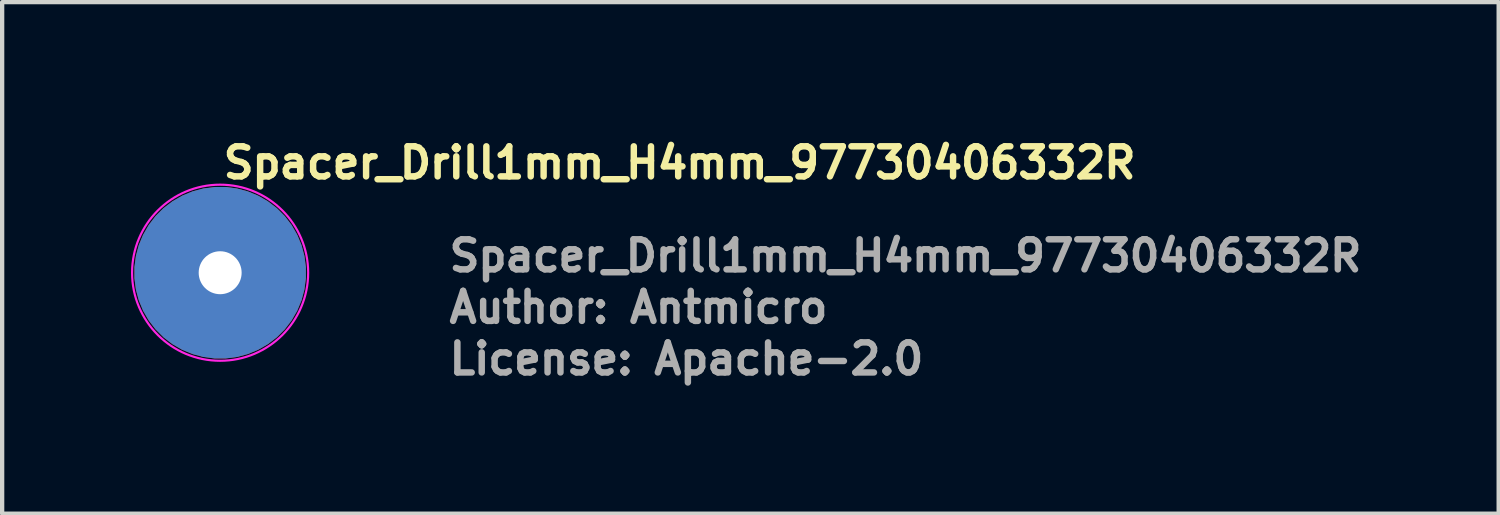
<source format=kicad_pcb>
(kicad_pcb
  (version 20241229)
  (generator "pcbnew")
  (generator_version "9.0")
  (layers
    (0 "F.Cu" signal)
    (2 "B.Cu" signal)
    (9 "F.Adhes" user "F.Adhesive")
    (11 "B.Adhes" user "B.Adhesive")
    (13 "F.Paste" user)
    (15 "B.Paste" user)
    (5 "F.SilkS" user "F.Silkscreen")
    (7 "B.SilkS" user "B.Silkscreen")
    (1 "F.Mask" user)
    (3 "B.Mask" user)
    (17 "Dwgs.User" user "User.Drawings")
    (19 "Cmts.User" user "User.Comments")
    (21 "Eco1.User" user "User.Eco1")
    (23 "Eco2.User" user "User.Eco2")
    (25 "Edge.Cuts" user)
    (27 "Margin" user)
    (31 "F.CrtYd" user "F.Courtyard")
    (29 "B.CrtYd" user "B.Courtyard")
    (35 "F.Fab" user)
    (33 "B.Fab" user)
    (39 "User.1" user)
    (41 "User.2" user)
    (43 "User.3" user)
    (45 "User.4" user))
  (footprint "Spacer_Drill1mm_H4mm_97730406332R"
    (layer "F.Cu")
    (at 2.075 3.3)
    (property "Reference" "Spacer_Drill1mm_H4mm_97730406332R" (at 0 -2.15 0) (unlocked yes) (layer "F.SilkS") (effects (font (size 0.7 0.7) (thickness 0.15)) (justify left bottom)))
    (attr smd)
    (fp_circle (center 0 0) (end 2.05 0) (stroke (width 0.05) (type solid)) (fill no) (layer "F.CrtYd"))
    (fp_rect (start -1.65 -1.65) (end 1.649 1.649) (stroke (width 0.1) (type solid)) (fill no) (layer "User.5"))
    (fp_line (start -1.65 0) (end -1.65 0) (stroke (width 0.02) (type solid)) (layer "User.9"))
    (fp_line (start -1.65 0) (end -1.647 0.084) (stroke (width 0.02) (type solid)) (layer "User.9"))
    (fp_line (start -1.647 -0.085) (end -1.65 0) (stroke (width 0.02) (type solid)) (layer "User.9"))
    (fp_line (start -1.647 0.084) (end -1.642 0.168) (stroke (width 0.02) (type solid)) (layer "User.9"))
    (fp_line (start -1.642 -0.169) (end -1.647 -0.085) (stroke (width 0.02) (type solid)) (layer "User.9"))
    (fp_line (start -1.642 0.168) (end -1.629 0.25) (stroke (width 0.02) (type solid)) (layer "User.9"))
    (fp_line (start -1.629 -0.25) (end -1.642 -0.169) (stroke (width 0.02) (type solid)) (layer "User.9"))
    (fp_line (start -1.629 0.25) (end -1.615 0.333) (stroke (width 0.02) (type solid)) (layer "User.9"))
    (fp_line (start -1.615 -0.333) (end -1.629 -0.25) (stroke (width 0.02) (type solid)) (layer "User.9"))
    (fp_line (start -1.615 0.333) (end -1.597 0.412) (stroke (width 0.02) (type solid)) (layer "User.9"))
    (fp_line (start -1.597 -0.413) (end -1.615 -0.333) (stroke (width 0.02) (type solid)) (layer "User.9"))
    (fp_line (start -1.597 0.412) (end -1.575 0.49) (stroke (width 0.02) (type solid)) (layer "User.9"))
    (fp_line (start -1.575 -0.49) (end -1.597 -0.413) (stroke (width 0.02) (type solid)) (layer "User.9"))
    (fp_line (start -1.575 0.49) (end -1.549 0.567) (stroke (width 0.02) (type solid)) (layer "User.9"))
    (fp_line (start -1.549 -0.567) (end -1.575 -0.49) (stroke (width 0.02) (type solid)) (layer "User.9"))
    (fp_line (start -1.549 0.567) (end -1.52 0.642) (stroke (width 0.02) (type solid)) (layer "User.9"))
    (fp_line (start -1.52 -0.643) (end -1.549 -0.567) (stroke (width 0.02) (type solid)) (layer "User.9"))
    (fp_line (start -1.52 0.642) (end -1.487 0.714) (stroke (width 0.02) (type solid)) (layer "User.9"))
    (fp_line (start -1.487 -0.714) (end -1.52 -0.643) (stroke (width 0.02) (type solid)) (layer "User.9"))
    (fp_line (start -1.487 0.714) (end -1.45 0.786) (stroke (width 0.02) (type solid)) (layer "User.9"))
    (fp_line (start -1.45 -0.787) (end -1.487 -0.714) (stroke (width 0.02) (type solid)) (layer "User.9"))
    (fp_line (start -1.45 0.786) (end -1.41 0.854) (stroke (width 0.02) (type solid)) (layer "User.9"))
    (fp_line (start -1.41 -0.855) (end -1.45 -0.787) (stroke (width 0.02) (type solid)) (layer "User.9"))
    (fp_line (start -1.41 0.854) (end -1.368 0.923) (stroke (width 0.02) (type solid)) (layer "User.9"))
    (fp_line (start -1.368 -0.923) (end -1.41 -0.855) (stroke (width 0.02) (type solid)) (layer "User.9"))
    (fp_line (start -1.368 0.923) (end -1.322 0.987) (stroke (width 0.02) (type solid)) (layer "User.9"))
    (fp_line (start -1.322 -0.987) (end -1.368 -0.923) (stroke (width 0.02) (type solid)) (layer "User.9"))
    (fp_line (start -1.322 0.987) (end -1.272 1.048) (stroke (width 0.02) (type solid)) (layer "User.9"))
    (fp_line (start -1.272 -1.05) (end -1.322 -0.987) (stroke (width 0.02) (type solid)) (layer "User.9"))
    (fp_line (start -1.272 1.048) (end -1.221 1.109) (stroke (width 0.02) (type solid)) (layer "User.9"))
    (fp_line (start -1.221 -1.109) (end -1.272 -1.05) (stroke (width 0.02) (type solid)) (layer "User.9"))
    (fp_line (start -1.221 1.109) (end -1.166 1.165) (stroke (width 0.02) (type solid)) (layer "User.9"))
    (fp_line (start -1.166 -1.166) (end -1.221 -1.109) (stroke (width 0.02) (type solid)) (layer "User.9"))
    (fp_line (start -1.166 1.165) (end -1.11 1.221) (stroke (width 0.02) (type solid)) (layer "User.9"))
    (fp_line (start -1.11 -1.221) (end -1.166 -1.166) (stroke (width 0.02) (type solid)) (layer "User.9"))
    (fp_line (start -1.11 1.221) (end -1.049 1.274) (stroke (width 0.02) (type solid)) (layer "User.9"))
    (fp_line (start -1.049 -1.272) (end -1.11 -1.221) (stroke (width 0.02) (type solid)) (layer "User.9"))
    (fp_line (start -1.049 1.274) (end -0.987 1.322) (stroke (width 0.02) (type solid)) (layer "User.9"))
    (fp_line (start -0.987 -1.322) (end -1.049 -1.272) (stroke (width 0.02) (type solid)) (layer "User.9"))
    (fp_line (start -0.987 1.322) (end -0.923 1.368) (stroke (width 0.02) (type solid)) (layer "User.9"))
    (fp_line (start -0.923 -1.368) (end -0.987 -1.322) (stroke (width 0.02) (type solid)) (layer "User.9"))
    (fp_line (start -0.923 1.368) (end -0.854 1.412) (stroke (width 0.02) (type solid)) (layer "User.9"))
    (fp_line (start -0.854 -1.41) (end -0.923 -1.368) (stroke (width 0.02) (type solid)) (layer "User.9"))
    (fp_line (start -0.854 1.412) (end -0.786 1.45) (stroke (width 0.02) (type solid)) (layer "User.9"))
    (fp_line (start -0.81 0) (end -0.81 0) (stroke (width 0.02) (type solid)) (layer "User.9"))
    (fp_line (start -0.81 0) (end -0.809 0.041) (stroke (width 0.02) (type solid)) (layer "User.9"))
    (fp_line (start -0.809 -0.041) (end -0.81 0) (stroke (width 0.02) (type solid)) (layer "User.9"))
    (fp_line (start -0.809 0.041) (end -0.807 0.083) (stroke (width 0.02) (type solid)) (layer "User.9"))
    (fp_line (start -0.807 -0.083) (end -0.809 -0.041) (stroke (width 0.02) (type solid)) (layer "User.9"))
    (fp_line (start -0.807 0.083) (end -0.801 0.123) (stroke (width 0.02) (type solid)) (layer "User.9"))
    (fp_line (start -0.801 -0.122) (end -0.807 -0.083) (stroke (width 0.02) (type solid)) (layer "User.9"))
    (fp_line (start -0.801 0.123) (end -0.794 0.163) (stroke (width 0.02) (type solid)) (layer "User.9"))
    (fp_line (start -0.794 -0.163) (end -0.801 -0.122) (stroke (width 0.02) (type solid)) (layer "User.9"))
    (fp_line (start -0.794 0.163) (end -0.785 0.202) (stroke (width 0.02) (type solid)) (layer "User.9"))
    (fp_line (start -0.786 -1.451) (end -0.854 -1.41) (stroke (width 0.02) (type solid)) (layer "User.9"))
    (fp_line (start -0.786 1.45) (end -0.714 1.487) (stroke (width 0.02) (type solid)) (layer "User.9"))
    (fp_line (start -0.785 -0.202) (end -0.794 -0.163) (stroke (width 0.02) (type solid)) (layer "User.9"))
    (fp_line (start -0.785 0.202) (end -0.775 0.24) (stroke (width 0.02) (type solid)) (layer "User.9"))
    (fp_line (start -0.775 -0.24) (end -0.785 -0.202) (stroke (width 0.02) (type solid)) (layer "User.9"))
    (fp_line (start -0.775 0.24) (end -0.761 0.278) (stroke (width 0.02) (type solid)) (layer "User.9"))
    (fp_line (start -0.761 -0.278) (end -0.775 -0.24) (stroke (width 0.02) (type solid)) (layer "User.9"))
    (fp_line (start -0.761 0.278) (end -0.745 0.314) (stroke (width 0.02) (type solid)) (layer "User.9"))
    (fp_line (start -0.745 -0.314) (end -0.761 -0.278) (stroke (width 0.02) (type solid)) (layer "User.9"))
    (fp_line (start -0.745 0.314) (end -0.729 0.351) (stroke (width 0.02) (type solid)) (layer "User.9"))
    (fp_line (start -0.729 -0.351) (end -0.745 -0.314) (stroke (width 0.02) (type solid)) (layer "User.9"))
    (fp_line (start -0.729 0.351) (end -0.711 0.386) (stroke (width 0.02) (type solid)) (layer "User.9"))
    (fp_line (start -0.714 -1.487) (end -0.786 -1.451) (stroke (width 0.02) (type solid)) (layer "User.9"))
    (fp_line (start -0.714 1.487) (end -0.642 1.519) (stroke (width 0.02) (type solid)) (layer "User.9"))
    (fp_line (start -0.711 -0.387) (end -0.729 -0.351) (stroke (width 0.02) (type solid)) (layer "User.9"))
    (fp_line (start -0.711 0.386) (end -0.693 0.419) (stroke (width 0.02) (type solid)) (layer "User.9"))
    (fp_line (start -0.693 -0.419) (end -0.711 -0.387) (stroke (width 0.02) (type solid)) (layer "User.9"))
    (fp_line (start -0.693 0.419) (end -0.673 0.453) (stroke (width 0.02) (type solid)) (layer "User.9"))
    (fp_line (start -0.673 -0.454) (end -0.693 -0.419) (stroke (width 0.02) (type solid)) (layer "User.9"))
    (fp_line (start -0.673 0.453) (end -0.65 0.484) (stroke (width 0.02) (type solid)) (layer "User.9"))
    (fp_line (start -0.65 -0.484) (end -0.673 -0.454) (stroke (width 0.02) (type solid)) (layer "User.9"))
    (fp_line (start -0.65 0.484) (end -0.625 0.516) (stroke (width 0.02) (type solid)) (layer "User.9"))
    (fp_line (start -0.642 -1.521) (end -0.714 -1.487) (stroke (width 0.02) (type solid)) (layer "User.9"))
    (fp_line (start -0.642 1.519) (end -0.567 1.548) (stroke (width 0.02) (type solid)) (layer "User.9"))
    (fp_line (start -0.625 -0.516) (end -0.65 -0.484) (stroke (width 0.02) (type solid)) (layer "User.9"))
    (fp_line (start -0.625 0.516) (end -0.599 0.544) (stroke (width 0.02) (type solid)) (layer "User.9"))
    (fp_line (start -0.61 0.013) (end -0.607 0.057) (stroke (width 0.02) (type solid)) (layer "User.9"))
    (fp_line (start -0.609 -0.031) (end -0.61 0.013) (stroke (width 0.02) (type solid)) (layer "User.9"))
    (fp_line (start -0.607 0.057) (end -0.601 0.102) (stroke (width 0.02) (type solid)) (layer "User.9"))
    (fp_line (start -0.604 -0.075) (end -0.609 -0.031) (stroke (width 0.02) (type solid)) (layer "User.9"))
    (fp_line (start -0.601 0.102) (end -0.591 0.145) (stroke (width 0.02) (type solid)) (layer "User.9"))
    (fp_line (start -0.599 -0.544) (end -0.625 -0.516) (stroke (width 0.02) (type solid)) (layer "User.9"))
    (fp_line (start -0.599 0.544) (end -0.573 0.573) (stroke (width 0.02) (type solid)) (layer "User.9"))
    (fp_line (start -0.597 -0.118) (end -0.604 -0.075) (stroke (width 0.02) (type solid)) (layer "User.9"))
    (fp_line (start -0.591 0.145) (end -0.58 0.189) (stroke (width 0.02) (type solid)) (layer "User.9"))
    (fp_line (start -0.588 -0.163) (end -0.597 -0.118) (stroke (width 0.02) (type solid)) (layer "User.9"))
    (fp_line (start -0.58 0.189) (end -0.564 0.233) (stroke (width 0.02) (type solid)) (layer "User.9"))
    (fp_line (start -0.575 -0.205) (end -0.588 -0.163) (stroke (width 0.02) (type solid)) (layer "User.9"))
    (fp_line (start -0.573 -0.573) (end -0.599 -0.544) (stroke (width 0.02) (type solid)) (layer "User.9"))
    (fp_line (start -0.573 0.573) (end -0.544 0.599) (stroke (width 0.02) (type solid)) (layer "User.9"))
    (fp_line (start -0.567 -1.55) (end -0.642 -1.521) (stroke (width 0.02) (type solid)) (layer "User.9"))
    (fp_line (start -0.567 1.548) (end -0.49 1.575) (stroke (width 0.02) (type solid)) (layer "User.9"))
    (fp_line (start -0.564 0.233) (end -0.564 0.233) (stroke (width 0.02) (type solid)) (layer "User.9"))
    (fp_line (start -0.564 0.233) (end -0.554 0.253) (stroke (width 0.02) (type solid)) (layer "User.9"))
    (fp_line (start -0.559 -0.245) (end -0.575 -0.205) (stroke (width 0.02) (type solid)) (layer "User.9"))
    (fp_line (start -0.554 0.253) (end -0.544 0.275) (stroke (width 0.02) (type solid)) (layer "User.9"))
    (fp_line (start -0.544 -0.599) (end -0.573 -0.573) (stroke (width 0.02) (type solid)) (layer "User.9"))
    (fp_line (start -0.544 0.275) (end -0.535 0.294) (stroke (width 0.02) (type solid)) (layer "User.9"))
    (fp_line (start -0.544 0.599) (end -0.516 0.625) (stroke (width 0.02) (type solid)) (layer "User.9"))
    (fp_line (start -0.54 -0.287) (end -0.559 -0.245) (stroke (width 0.02) (type solid)) (layer "User.9"))
    (fp_line (start -0.535 0.294) (end -0.522 0.314) (stroke (width 0.02) (type solid)) (layer "User.9"))
    (fp_line (start -0.522 0.314) (end -0.509 0.334) (stroke (width 0.02) (type solid)) (layer "User.9"))
    (fp_line (start -0.517 -0.326) (end -0.54 -0.287) (stroke (width 0.02) (type solid)) (layer "User.9"))
    (fp_line (start -0.516 -0.625) (end -0.544 -0.599) (stroke (width 0.02) (type solid)) (layer "User.9"))
    (fp_line (start -0.516 0.625) (end -0.484 0.649) (stroke (width 0.02) (type solid)) (layer "User.9"))
    (fp_line (start -0.509 0.334) (end -0.498 0.352) (stroke (width 0.02) (type solid)) (layer "User.9"))
    (fp_line (start -0.498 0.352) (end -0.484 0.37) (stroke (width 0.02) (type solid)) (layer "User.9"))
    (fp_line (start -0.49 -1.576) (end -0.567 -1.55) (stroke (width 0.02) (type solid)) (layer "User.9"))
    (fp_line (start -0.49 -0.362) (end -0.517 -0.326) (stroke (width 0.02) (type solid)) (layer "User.9"))
    (fp_line (start -0.49 1.575) (end -0.413 1.599) (stroke (width 0.02) (type solid)) (layer "User.9"))
    (fp_line (start -0.484 -0.65) (end -0.516 -0.625) (stroke (width 0.02) (type solid)) (layer "User.9"))
    (fp_line (start -0.484 0.37) (end -0.471 0.388) (stroke (width 0.02) (type solid)) (layer "User.9"))
    (fp_line (start -0.484 0.649) (end -0.453 0.673) (stroke (width 0.02) (type solid)) (layer "User.9"))
    (fp_line (start -0.471 0.388) (end -0.456 0.405) (stroke (width 0.02) (type solid)) (layer "User.9"))
    (fp_line (start -0.463 -0.397) (end -0.49 -0.362) (stroke (width 0.02) (type solid)) (layer "User.9"))
    (fp_line (start -0.456 0.405) (end -0.44 0.421) (stroke (width 0.02) (type solid)) (layer "User.9"))
    (fp_line (start -0.453 -0.673) (end -0.484 -0.65) (stroke (width 0.02) (type solid)) (layer "User.9"))
    (fp_line (start -0.453 0.673) (end -0.419 0.693) (stroke (width 0.02) (type solid)) (layer "User.9"))
    (fp_line (start -0.44 0.421) (end -0.424 0.436) (stroke (width 0.02) (type solid)) (layer "User.9"))
    (fp_line (start -0.431 -0.431) (end -0.463 -0.397) (stroke (width 0.02) (type solid)) (layer "User.9"))
    (fp_line (start -0.431 -0.431) (end -0.431 -0.431) (stroke (width 0.02) (type solid)) (layer "User.9"))
    (fp_line (start -0.424 0.436) (end -0.41 0.453) (stroke (width 0.02) (type solid)) (layer "User.9"))
    (fp_line (start -0.419 -0.694) (end -0.453 -0.673) (stroke (width 0.02) (type solid)) (layer "User.9"))
    (fp_line (start -0.419 0.693) (end -0.386 0.711) (stroke (width 0.02) (type solid)) (layer "User.9"))
    (fp_line (start -0.413 -1.598) (end -0.49 -1.576) (stroke (width 0.02) (type solid)) (layer "User.9"))
    (fp_line (start -0.413 1.599) (end -0.333 1.617) (stroke (width 0.02) (type solid)) (layer "User.9"))
    (fp_line (start -0.41 0.453) (end -0.392 0.467) (stroke (width 0.02) (type solid)) (layer "User.9"))
    (fp_line (start -0.397 -0.463) (end -0.431 -0.431) (stroke (width 0.02) (type solid)) (layer "User.9"))
    (fp_line (start -0.392 0.467) (end -0.375 0.48) (stroke (width 0.02) (type solid)) (layer "User.9"))
    (fp_line (start -0.386 -0.711) (end -0.419 -0.694) (stroke (width 0.02) (type solid)) (layer "User.9"))
    (fp_line (start -0.386 0.711) (end -0.35 0.729) (stroke (width 0.02) (type solid)) (layer "User.9"))
    (fp_line (start -0.375 0.48) (end -0.357 0.493) (stroke (width 0.02) (type solid)) (layer "User.9"))
    (fp_line (start -0.362 -0.49) (end -0.397 -0.463) (stroke (width 0.02) (type solid)) (layer "User.9"))
    (fp_line (start -0.357 0.493) (end -0.339 0.506) (stroke (width 0.02) (type solid)) (layer "User.9"))
    (fp_line (start -0.35 -0.73) (end -0.386 -0.711) (stroke (width 0.02) (type solid)) (layer "User.9"))
    (fp_line (start -0.35 0.729) (end -0.314 0.745) (stroke (width 0.02) (type solid)) (layer "User.9"))
    (fp_line (start -0.339 0.506) (end -0.32 0.519) (stroke (width 0.02) (type solid)) (layer "User.9"))
    (fp_line (start -0.333 -1.615) (end -0.413 -1.598) (stroke (width 0.02) (type solid)) (layer "User.9"))
    (fp_line (start -0.333 1.617) (end -0.251 1.631) (stroke (width 0.02) (type solid)) (layer "User.9"))
    (fp_line (start -0.325 -0.516) (end -0.362 -0.49) (stroke (width 0.02) (type solid)) (layer "User.9"))
    (fp_line (start -0.32 0.519) (end -0.301 0.53) (stroke (width 0.02) (type solid)) (layer "User.9"))
    (fp_line (start -0.314 -0.746) (end -0.35 -0.73) (stroke (width 0.02) (type solid)) (layer "User.9"))
    (fp_line (start -0.314 0.745) (end -0.278 0.761) (stroke (width 0.02) (type solid)) (layer "User.9"))
    (fp_line (start -0.301 0.53) (end -0.282 0.541) (stroke (width 0.02) (type solid)) (layer "User.9"))
    (fp_line (start -0.286 -0.54) (end -0.325 -0.516) (stroke (width 0.02) (type solid)) (layer "User.9"))
    (fp_line (start -0.282 0.541) (end -0.262 0.551) (stroke (width 0.02) (type solid)) (layer "User.9"))
    (fp_line (start -0.278 -0.761) (end -0.314 -0.746) (stroke (width 0.02) (type solid)) (layer "User.9"))
    (fp_line (start -0.278 0.761) (end -0.24 0.774) (stroke (width 0.02) (type solid)) (layer "User.9"))
    (fp_line (start -0.262 0.551) (end -0.24 0.56) (stroke (width 0.02) (type solid)) (layer "User.9"))
    (fp_line (start -0.251 -1.63) (end -0.333 -1.615) (stroke (width 0.02) (type solid)) (layer "User.9"))
    (fp_line (start -0.251 1.631) (end -0.168 1.641) (stroke (width 0.02) (type solid)) (layer "User.9"))
    (fp_line (start -0.245 -0.559) (end -0.286 -0.54) (stroke (width 0.02) (type solid)) (layer "User.9"))
    (fp_line (start -0.24 -0.775) (end -0.278 -0.761) (stroke (width 0.02) (type solid)) (layer "User.9"))
    (fp_line (start -0.24 0.56) (end -0.221 0.569) (stroke (width 0.02) (type solid)) (layer "User.9"))
    (fp_line (start -0.24 0.774) (end -0.203 0.785) (stroke (width 0.02) (type solid)) (layer "User.9"))
    (fp_line (start -0.221 0.569) (end -0.2 0.577) (stroke (width 0.02) (type solid)) (layer "User.9"))
    (fp_line (start -0.205 -0.576) (end -0.245 -0.559) (stroke (width 0.02) (type solid)) (layer "User.9"))
    (fp_line (start -0.203 -0.785) (end -0.24 -0.775) (stroke (width 0.02) (type solid)) (layer "User.9"))
    (fp_line (start -0.203 0.785) (end -0.163 0.794) (stroke (width 0.02) (type solid)) (layer "User.9"))
    (fp_line (start -0.2 0.577) (end -0.179 0.583) (stroke (width 0.02) (type solid)) (layer "User.9"))
    (fp_line (start -0.179 0.583) (end -0.157 0.588) (stroke (width 0.02) (type solid)) (layer "User.9"))
    (fp_line (start -0.168 -1.641) (end -0.251 -1.63) (stroke (width 0.02) (type solid)) (layer "User.9"))
    (fp_line (start -0.168 1.641) (end -0.084 1.646) (stroke (width 0.02) (type solid)) (layer "User.9"))
    (fp_line (start -0.163 -0.794) (end -0.203 -0.785) (stroke (width 0.02) (type solid)) (layer "User.9"))
    (fp_line (start -0.163 -0.588) (end -0.205 -0.576) (stroke (width 0.02) (type solid)) (layer "User.9"))
    (fp_line (start -0.163 0.794) (end -0.123 0.801) (stroke (width 0.02) (type solid)) (layer "User.9"))
    (fp_line (start -0.157 0.588) (end -0.136 0.594) (stroke (width 0.02) (type solid)) (layer "User.9"))
    (fp_line (start -0.136 0.594) (end -0.113 0.599) (stroke (width 0.02) (type solid)) (layer "User.9"))
    (fp_line (start -0.123 -0.801) (end -0.163 -0.794) (stroke (width 0.02) (type solid)) (layer "User.9"))
    (fp_line (start -0.123 0.801) (end -0.083 0.806) (stroke (width 0.02) (type solid)) (layer "User.9"))
    (fp_line (start -0.118 -0.598) (end -0.163 -0.588) (stroke (width 0.02) (type solid)) (layer "User.9"))
    (fp_line (start -0.113 0.599) (end -0.091 0.602) (stroke (width 0.02) (type solid)) (layer "User.9"))
    (fp_line (start -0.091 0.602) (end -0.068 0.605) (stroke (width 0.02) (type solid)) (layer "User.9"))
    (fp_line (start -0.084 -1.647) (end -0.168 -1.641) (stroke (width 0.02) (type solid)) (layer "User.9"))
    (fp_line (start -0.084 1.646) (end 0.001 1.649) (stroke (width 0.02) (type solid)) (layer "User.9"))
    (fp_line (start -0.083 -0.807) (end -0.123 -0.801) (stroke (width 0.02) (type solid)) (layer "User.9"))
    (fp_line (start -0.083 0.806) (end -0.041 0.809) (stroke (width 0.02) (type solid)) (layer "User.9"))
    (fp_line (start -0.075 -0.605) (end -0.118 -0.598) (stroke (width 0.02) (type solid)) (layer "User.9"))
    (fp_line (start -0.068 0.605) (end -0.044 0.607) (stroke (width 0.02) (type solid)) (layer "User.9"))
    (fp_line (start -0.044 0.607) (end -0.022 0.609) (stroke (width 0.02) (type solid)) (layer "User.9"))
    (fp_line (start -0.041 -0.81) (end -0.083 -0.807) (stroke (width 0.02) (type solid)) (layer "User.9"))
    (fp_line (start -0.041 0.809) (end 0.001 0.81) (stroke (width 0.02) (type solid)) (layer "User.9"))
    (fp_line (start -0.03 -0.609) (end -0.075 -0.605) (stroke (width 0.02) (type solid)) (layer "User.9"))
    (fp_line (start -0.022 0.609) (end 0.001 0.609) (stroke (width 0.02) (type solid)) (layer "User.9"))
    (fp_line (start 0.001 -1.65) (end -0.084 -1.647) (stroke (width 0.02) (type solid)) (layer "User.9"))
    (fp_line (start 0.001 -1.65) (end 0.001 -1.65) (stroke (width 0.02) (type solid)) (layer "User.9"))
    (fp_line (start 0.001 -0.81) (end -0.041 -0.81) (stroke (width 0.02) (type solid)) (layer "User.9"))
    (fp_line (start 0.001 -0.81) (end 0.001 -0.81) (stroke (width 0.02) (type solid)) (layer "User.9"))
    (fp_line (start 0.001 0.609) (end 0.03 0.609) (stroke (width 0.02) (type solid)) (layer "User.9"))
    (fp_line (start 0.001 0.81) (end 0.001 0.81) (stroke (width 0.02) (type solid)) (layer "User.9"))
    (fp_line (start 0.001 0.81) (end 0.041 0.809) (stroke (width 0.02) (type solid)) (layer "User.9"))
    (fp_line (start 0.001 1.649) (end 0.001 1.649) (stroke (width 0.02) (type solid)) (layer "User.9"))
    (fp_line (start 0.001 1.649) (end 0.084 1.646) (stroke (width 0.02) (type solid)) (layer "User.9"))
    (fp_line (start 0.014 -0.609) (end -0.03 -0.609) (stroke (width 0.02) (type solid)) (layer "User.9"))
    (fp_line (start 0.03 0.609) (end 0.06 0.607) (stroke (width 0.02) (type solid)) (layer "User.9"))
    (fp_line (start 0.041 -0.81) (end 0.001 -0.81) (stroke (width 0.02) (type solid)) (layer "User.9"))
    (fp_line (start 0.041 0.809) (end 0.083 0.806) (stroke (width 0.02) (type solid)) (layer "User.9"))
    (fp_line (start 0.057 -0.607) (end 0.014 -0.609) (stroke (width 0.02) (type solid)) (layer "User.9"))
    (fp_line (start 0.06 0.607) (end 0.089 0.602) (stroke (width 0.02) (type solid)) (layer "User.9"))
    (fp_line (start 0.083 -0.807) (end 0.041 -0.81) (stroke (width 0.02) (type solid)) (layer "User.9"))
    (fp_line (start 0.083 0.806) (end 0.123 0.801) (stroke (width 0.02) (type solid)) (layer "User.9"))
    (fp_line (start 0.084 -1.647) (end 0.001 -1.65) (stroke (width 0.02) (type solid)) (layer "User.9"))
    (fp_line (start 0.084 1.646) (end 0.169 1.641) (stroke (width 0.02) (type solid)) (layer "User.9"))
    (fp_line (start 0.089 0.602) (end 0.12 0.597) (stroke (width 0.02) (type solid)) (layer "User.9"))
    (fp_line (start 0.102 -0.601) (end 0.057 -0.607) (stroke (width 0.02) (type solid)) (layer "User.9"))
    (fp_line (start 0.12 0.597) (end 0.147 0.591) (stroke (width 0.02) (type solid)) (layer "User.9"))
    (fp_line (start 0.123 -0.801) (end 0.083 -0.807) (stroke (width 0.02) (type solid)) (layer "User.9"))
    (fp_line (start 0.123 0.801) (end 0.163 0.794) (stroke (width 0.02) (type solid)) (layer "User.9"))
    (fp_line (start 0.145 -0.592) (end 0.102 -0.601) (stroke (width 0.02) (type solid)) (layer "User.9"))
    (fp_line (start 0.147 0.591) (end 0.177 0.583) (stroke (width 0.02) (type solid)) (layer "User.9"))
    (fp_line (start 0.163 -0.794) (end 0.123 -0.801) (stroke (width 0.02) (type solid)) (layer "User.9"))
    (fp_line (start 0.163 0.794) (end 0.203 0.785) (stroke (width 0.02) (type solid)) (layer "User.9"))
    (fp_line (start 0.169 -1.641) (end 0.084 -1.647) (stroke (width 0.02) (type solid)) (layer "User.9"))
    (fp_line (start 0.169 1.641) (end 0.251 1.631) (stroke (width 0.02) (type solid)) (layer "User.9"))
    (fp_line (start 0.177 0.583) (end 0.206 0.575) (stroke (width 0.02) (type solid)) (layer "User.9"))
    (fp_line (start 0.19 -0.58) (end 0.145 -0.592) (stroke (width 0.02) (type solid)) (layer "User.9"))
    (fp_line (start 0.203 -0.785) (end 0.163 -0.794) (stroke (width 0.02) (type solid)) (layer "User.9"))
    (fp_line (start 0.203 0.785) (end 0.24 0.774) (stroke (width 0.02) (type solid)) (layer "User.9"))
    (fp_line (start 0.206 0.575) (end 0.233 0.564) (stroke (width 0.02) (type solid)) (layer "User.9"))
    (fp_line (start 0.233 -0.564) (end 0.19 -0.58) (stroke (width 0.02) (type solid)) (layer "User.9"))
    (fp_line (start 0.233 -0.564) (end 0.233 -0.564) (stroke (width 0.02) (type solid)) (layer "User.9"))
    (fp_line (start 0.233 0.564) (end 0.261 0.551) (stroke (width 0.02) (type solid)) (layer "User.9"))
    (fp_line (start 0.24 -0.775) (end 0.203 -0.785) (stroke (width 0.02) (type solid)) (layer "User.9"))
    (fp_line (start 0.24 0.774) (end 0.278 0.761) (stroke (width 0.02) (type solid)) (layer "User.9"))
    (fp_line (start 0.251 -1.63) (end 0.169 -1.641) (stroke (width 0.02) (type solid)) (layer "User.9"))
    (fp_line (start 0.251 1.631) (end 0.333 1.617) (stroke (width 0.02) (type solid)) (layer "User.9"))
    (fp_line (start 0.261 0.551) (end 0.288 0.538) (stroke (width 0.02) (type solid)) (layer "User.9"))
    (fp_line (start 0.275 -0.544) (end 0.233 -0.564) (stroke (width 0.02) (type solid)) (layer "User.9"))
    (fp_line (start 0.278 -0.761) (end 0.24 -0.775) (stroke (width 0.02) (type solid)) (layer "User.9"))
    (fp_line (start 0.278 0.761) (end 0.315 0.745) (stroke (width 0.02) (type solid)) (layer "User.9"))
    (fp_line (start 0.288 0.538) (end 0.312 0.524) (stroke (width 0.02) (type solid)) (layer "User.9"))
    (fp_line (start 0.312 0.524) (end 0.339 0.506) (stroke (width 0.02) (type solid)) (layer "User.9"))
    (fp_line (start 0.315 -0.746) (end 0.278 -0.761) (stroke (width 0.02) (type solid)) (layer "User.9"))
    (fp_line (start 0.315 -0.522) (end 0.275 -0.544) (stroke (width 0.02) (type solid)) (layer "User.9"))
    (fp_line (start 0.315 0.745) (end 0.352 0.729) (stroke (width 0.02) (type solid)) (layer "User.9"))
    (fp_line (start 0.333 -1.615) (end 0.251 -1.63) (stroke (width 0.02) (type solid)) (layer "User.9"))
    (fp_line (start 0.333 1.617) (end 0.413 1.599) (stroke (width 0.02) (type solid)) (layer "User.9"))
    (fp_line (start 0.339 0.506) (end 0.363 0.49) (stroke (width 0.02) (type solid)) (layer "User.9"))
    (fp_line (start 0.352 -0.73) (end 0.315 -0.746) (stroke (width 0.02) (type solid)) (layer "User.9"))
    (fp_line (start 0.352 -0.497) (end 0.315 -0.522) (stroke (width 0.02) (type solid)) (layer "User.9"))
    (fp_line (start 0.352 0.729) (end 0.387 0.711) (stroke (width 0.02) (type solid)) (layer "User.9"))
    (fp_line (start 0.363 0.49) (end 0.387 0.472) (stroke (width 0.02) (type solid)) (layer "User.9"))
    (fp_line (start 0.387 -0.711) (end 0.352 -0.73) (stroke (width 0.02) (type solid)) (layer "User.9"))
    (fp_line (start 0.387 0.472) (end 0.41 0.452) (stroke (width 0.02) (type solid)) (layer "User.9"))
    (fp_line (start 0.387 0.711) (end 0.419 0.693) (stroke (width 0.02) (type solid)) (layer "User.9"))
    (fp_line (start 0.389 -0.471) (end 0.352 -0.497) (stroke (width 0.02) (type solid)) (layer "User.9"))
    (fp_line (start 0.41 0.452) (end 0.431 0.431) (stroke (width 0.02) (type solid)) (layer "User.9"))
    (fp_line (start 0.413 -1.598) (end 0.333 -1.615) (stroke (width 0.02) (type solid)) (layer "User.9"))
    (fp_line (start 0.413 1.599) (end 0.49 1.575) (stroke (width 0.02) (type solid)) (layer "User.9"))
    (fp_line (start 0.419 -0.694) (end 0.387 -0.711) (stroke (width 0.02) (type solid)) (layer "User.9"))
    (fp_line (start 0.419 0.693) (end 0.453 0.673) (stroke (width 0.02) (type solid)) (layer "User.9"))
    (fp_line (start 0.421 -0.441) (end 0.389 -0.471) (stroke (width 0.02) (type solid)) (layer "User.9"))
    (fp_line (start 0.431 0.431) (end 0.431 0.431) (stroke (width 0.02) (type solid)) (layer "User.9"))
    (fp_line (start 0.431 0.431) (end 0.453 0.41) (stroke (width 0.02) (type solid)) (layer "User.9"))
    (fp_line (start 0.453 -0.673) (end 0.419 -0.694) (stroke (width 0.02) (type solid)) (layer "User.9"))
    (fp_line (start 0.453 -0.41) (end 0.421 -0.441) (stroke (width 0.02) (type solid)) (layer "User.9"))
    (fp_line (start 0.453 0.41) (end 0.472 0.386) (stroke (width 0.02) (type solid)) (layer "User.9"))
    (fp_line (start 0.453 0.673) (end 0.484 0.649) (stroke (width 0.02) (type solid)) (layer "User.9"))
    (fp_line (start 0.472 0.386) (end 0.49 0.362) (stroke (width 0.02) (type solid)) (layer "User.9"))
    (fp_line (start 0.48 -0.375) (end 0.453 -0.41) (stroke (width 0.02) (type solid)) (layer "User.9"))
    (fp_line (start 0.484 -0.65) (end 0.453 -0.673) (stroke (width 0.02) (type solid)) (layer "User.9"))
    (fp_line (start 0.484 0.649) (end 0.516 0.625) (stroke (width 0.02) (type solid)) (layer "User.9"))
    (fp_line (start 0.49 -1.576) (end 0.413 -1.598) (stroke (width 0.02) (type solid)) (layer "User.9"))
    (fp_line (start 0.49 0.362) (end 0.506 0.338) (stroke (width 0.02) (type solid)) (layer "User.9"))
    (fp_line (start 0.49 1.575) (end 0.567 1.548) (stroke (width 0.02) (type solid)) (layer "User.9"))
    (fp_line (start 0.506 -0.339) (end 0.48 -0.375) (stroke (width 0.02) (type solid)) (layer "User.9"))
    (fp_line (start 0.506 0.338) (end 0.524 0.312) (stroke (width 0.02) (type solid)) (layer "User.9"))
    (fp_line (start 0.516 -0.625) (end 0.484 -0.65) (stroke (width 0.02) (type solid)) (layer "User.9"))
    (fp_line (start 0.516 0.625) (end 0.544 0.599) (stroke (width 0.02) (type solid)) (layer "User.9"))
    (fp_line (start 0.524 0.312) (end 0.538 0.287) (stroke (width 0.02) (type solid)) (layer "User.9"))
    (fp_line (start 0.53 -0.301) (end 0.506 -0.339) (stroke (width 0.02) (type solid)) (layer "User.9"))
    (fp_line (start 0.538 0.287) (end 0.552 0.261) (stroke (width 0.02) (type solid)) (layer "User.9"))
    (fp_line (start 0.544 -0.599) (end 0.516 -0.625) (stroke (width 0.02) (type solid)) (layer "User.9"))
    (fp_line (start 0.544 0.599) (end 0.573 0.573) (stroke (width 0.02) (type solid)) (layer "User.9"))
    (fp_line (start 0.552 -0.262) (end 0.53 -0.301) (stroke (width 0.02) (type solid)) (layer "User.9"))
    (fp_line (start 0.552 0.261) (end 0.565 0.233) (stroke (width 0.02) (type solid)) (layer "User.9"))
    (fp_line (start 0.565 0.233) (end 0.575 0.205) (stroke (width 0.02) (type solid)) (layer "User.9"))
    (fp_line (start 0.567 -1.55) (end 0.49 -1.576) (stroke (width 0.02) (type solid)) (layer "User.9"))
    (fp_line (start 0.567 1.548) (end 0.642 1.519) (stroke (width 0.02) (type solid)) (layer "User.9"))
    (fp_line (start 0.57 -0.221) (end 0.552 -0.262) (stroke (width 0.02) (type solid)) (layer "User.9"))
    (fp_line (start 0.573 -0.573) (end 0.544 -0.599) (stroke (width 0.02) (type solid)) (layer "User.9"))
    (fp_line (start 0.573 0.573) (end 0.599 0.544) (stroke (width 0.02) (type solid)) (layer "User.9"))
    (fp_line (start 0.575 0.205) (end 0.583 0.176) (stroke (width 0.02) (type solid)) (layer "User.9"))
    (fp_line (start 0.583 -0.179) (end 0.57 -0.221) (stroke (width 0.02) (type solid)) (layer "User.9"))
    (fp_line (start 0.583 0.176) (end 0.591 0.147) (stroke (width 0.02) (type solid)) (layer "User.9"))
    (fp_line (start 0.591 0.147) (end 0.597 0.12) (stroke (width 0.02) (type solid)) (layer "User.9"))
    (fp_line (start 0.594 -0.136) (end 0.583 -0.179) (stroke (width 0.02) (type solid)) (layer "User.9"))
    (fp_line (start 0.597 0.12) (end 0.602 0.089) (stroke (width 0.02) (type solid)) (layer "User.9"))
    (fp_line (start 0.599 -0.544) (end 0.573 -0.573) (stroke (width 0.02) (type solid)) (layer "User.9"))
    (fp_line (start 0.599 0.544) (end 0.625 0.516) (stroke (width 0.02) (type solid)) (layer "User.9"))
    (fp_line (start 0.602 -0.091) (end 0.594 -0.136) (stroke (width 0.02) (type solid)) (layer "User.9"))
    (fp_line (start 0.602 0.089) (end 0.607 0.059) (stroke (width 0.02) (type solid)) (layer "User.9"))
    (fp_line (start 0.607 -0.044) (end 0.602 -0.091) (stroke (width 0.02) (type solid)) (layer "User.9"))
    (fp_line (start 0.607 0.059) (end 0.609 0.029) (stroke (width 0.02) (type solid)) (layer "User.9"))
    (fp_line (start 0.609 0.029) (end 0.61 0) (stroke (width 0.02) (type solid)) (layer "User.9"))
    (fp_line (start 0.61 0) (end 0.607 -0.044) (stroke (width 0.02) (type solid)) (layer "User.9"))
    (fp_line (start 0.625 -0.516) (end 0.599 -0.544) (stroke (width 0.02) (type solid)) (layer "User.9"))
    (fp_line (start 0.625 0.516) (end 0.65 0.484) (stroke (width 0.02) (type solid)) (layer "User.9"))
    (fp_line (start 0.642 -1.521) (end 0.567 -1.55) (stroke (width 0.02) (type solid)) (layer "User.9"))
    (fp_line (start 0.642 1.519) (end 0.714 1.487) (stroke (width 0.02) (type solid)) (layer "User.9"))
    (fp_line (start 0.65 -0.484) (end 0.625 -0.516) (stroke (width 0.02) (type solid)) (layer "User.9"))
    (fp_line (start 0.65 0.484) (end 0.673 0.453) (stroke (width 0.02) (type solid)) (layer "User.9"))
    (fp_line (start 0.673 -0.454) (end 0.65 -0.484) (stroke (width 0.02) (type solid)) (layer "User.9"))
    (fp_line (start 0.673 0.453) (end 0.693 0.419) (stroke (width 0.02) (type solid)) (layer "User.9"))
    (fp_line (start 0.693 -0.419) (end 0.673 -0.454) (stroke (width 0.02) (type solid)) (layer "User.9"))
    (fp_line (start 0.693 0.419) (end 0.712 0.386) (stroke (width 0.02) (type solid)) (layer "User.9"))
    (fp_line (start 0.712 -0.387) (end 0.693 -0.419) (stroke (width 0.02) (type solid)) (layer "User.9"))
    (fp_line (start 0.712 0.386) (end 0.73 0.351) (stroke (width 0.02) (type solid)) (layer "User.9"))
    (fp_line (start 0.714 -1.487) (end 0.642 -1.521) (stroke (width 0.02) (type solid)) (layer "User.9"))
    (fp_line (start 0.714 1.487) (end 0.786 1.45) (stroke (width 0.02) (type solid)) (layer "User.9"))
    (fp_line (start 0.73 -0.351) (end 0.712 -0.387) (stroke (width 0.02) (type solid)) (layer "User.9"))
    (fp_line (start 0.73 0.351) (end 0.746 0.314) (stroke (width 0.02) (type solid)) (layer "User.9"))
    (fp_line (start 0.746 -0.314) (end 0.73 -0.351) (stroke (width 0.02) (type solid)) (layer "User.9"))
    (fp_line (start 0.746 0.314) (end 0.761 0.278) (stroke (width 0.02) (type solid)) (layer "User.9"))
    (fp_line (start 0.761 -0.278) (end 0.746 -0.314) (stroke (width 0.02) (type solid)) (layer "User.9"))
    (fp_line (start 0.761 0.278) (end 0.774 0.24) (stroke (width 0.02) (type solid)) (layer "User.9"))
    (fp_line (start 0.774 -0.24) (end 0.761 -0.278) (stroke (width 0.02) (type solid)) (layer "User.9"))
    (fp_line (start 0.774 0.24) (end 0.785 0.202) (stroke (width 0.02) (type solid)) (layer "User.9"))
    (fp_line (start 0.785 -0.202) (end 0.774 -0.24) (stroke (width 0.02) (type solid)) (layer "User.9"))
    (fp_line (start 0.785 0.202) (end 0.794 0.163) (stroke (width 0.02) (type solid)) (layer "User.9"))
    (fp_line (start 0.786 -1.451) (end 0.714 -1.487) (stroke (width 0.02) (type solid)) (layer "User.9"))
    (fp_line (start 0.786 1.45) (end 0.855 1.412) (stroke (width 0.02) (type solid)) (layer "User.9"))
    (fp_line (start 0.794 -0.163) (end 0.785 -0.202) (stroke (width 0.02) (type solid)) (layer "User.9"))
    (fp_line (start 0.794 0.163) (end 0.802 0.123) (stroke (width 0.02) (type solid)) (layer "User.9"))
    (fp_line (start 0.802 -0.122) (end 0.794 -0.163) (stroke (width 0.02) (type solid)) (layer "User.9"))
    (fp_line (start 0.802 0.123) (end 0.806 0.083) (stroke (width 0.02) (type solid)) (layer "User.9"))
    (fp_line (start 0.806 -0.083) (end 0.802 -0.122) (stroke (width 0.02) (type solid)) (layer "User.9"))
    (fp_line (start 0.806 0.083) (end 0.81 0.041) (stroke (width 0.02) (type solid)) (layer "User.9"))
    (fp_line (start 0.81 -0.041) (end 0.806 -0.083) (stroke (width 0.02) (type solid)) (layer "User.9"))
    (fp_line (start 0.81 0) (end 0.81 -0.041) (stroke (width 0.02) (type solid)) (layer "User.9"))
    (fp_line (start 0.81 0) (end 0.81 0) (stroke (width 0.02) (type solid)) (layer "User.9"))
    (fp_line (start 0.81 0) (end 0.81 0) (stroke (width 0.02) (type solid)) (layer "User.9"))
    (fp_line (start 0.81 0.041) (end 0.81 0) (stroke (width 0.02) (type solid)) (layer "User.9"))
    (fp_line (start 0.855 -1.41) (end 0.786 -1.451) (stroke (width 0.02) (type solid)) (layer "User.9"))
    (fp_line (start 0.855 1.412) (end 0.923 1.368) (stroke (width 0.02) (type solid)) (layer "User.9"))
    (fp_line (start 0.923 -1.368) (end 0.855 -1.41) (stroke (width 0.02) (type solid)) (layer "User.9"))
    (fp_line (start 0.923 1.368) (end 0.987 1.322) (stroke (width 0.02) (type solid)) (layer "User.9"))
    (fp_line (start 0.987 -1.322) (end 0.923 -1.368) (stroke (width 0.02) (type solid)) (layer "User.9"))
    (fp_line (start 0.987 1.322) (end 1.049 1.274) (stroke (width 0.02) (type solid)) (layer "User.9"))
    (fp_line (start 1.049 -1.272) (end 0.987 -1.322) (stroke (width 0.02) (type solid)) (layer "User.9"))
    (fp_line (start 1.049 1.274) (end 1.109 1.221) (stroke (width 0.02) (type solid)) (layer "User.9"))
    (fp_line (start 1.109 -1.221) (end 1.049 -1.272) (stroke (width 0.02) (type solid)) (layer "User.9"))
    (fp_line (start 1.109 1.221) (end 1.166 1.165) (stroke (width 0.02) (type solid)) (layer "User.9"))
    (fp_line (start 1.166 -1.166) (end 1.109 -1.221) (stroke (width 0.02) (type solid)) (layer "User.9"))
    (fp_line (start 1.166 1.165) (end 1.222 1.109) (stroke (width 0.02) (type solid)) (layer "User.9"))
    (fp_line (start 1.222 -1.109) (end 1.166 -1.166) (stroke (width 0.02) (type solid)) (layer "User.9"))
    (fp_line (start 1.222 1.109) (end 1.274 1.048) (stroke (width 0.02) (type solid)) (layer "User.9"))
    (fp_line (start 1.274 -1.05) (end 1.222 -1.109) (stroke (width 0.02) (type solid)) (layer "User.9"))
    (fp_line (start 1.274 1.048) (end 1.323 0.987) (stroke (width 0.02) (type solid)) (layer "User.9"))
    (fp_line (start 1.323 -0.987) (end 1.274 -1.05) (stroke (width 0.02) (type solid)) (layer "User.9"))
    (fp_line (start 1.323 0.987) (end 1.369 0.923) (stroke (width 0.02) (type solid)) (layer "User.9"))
    (fp_line (start 1.369 -0.923) (end 1.323 -0.987) (stroke (width 0.02) (type solid)) (layer "User.9"))
    (fp_line (start 1.369 0.923) (end 1.412 0.854) (stroke (width 0.02) (type solid)) (layer "User.9"))
    (fp_line (start 1.412 -0.855) (end 1.369 -0.923) (stroke (width 0.02) (type solid)) (layer "User.9"))
    (fp_line (start 1.412 0.854) (end 1.45 0.786) (stroke (width 0.02) (type solid)) (layer "User.9"))
    (fp_line (start 1.45 -0.787) (end 1.412 -0.855) (stroke (width 0.02) (type solid)) (layer "User.9"))
    (fp_line (start 1.45 0.786) (end 1.488 0.714) (stroke (width 0.02) (type solid)) (layer "User.9"))
    (fp_line (start 1.488 -0.714) (end 1.45 -0.787) (stroke (width 0.02) (type solid)) (layer "User.9"))
    (fp_line (start 1.488 0.714) (end 1.52 0.642) (stroke (width 0.02) (type solid)) (layer "User.9"))
    (fp_line (start 1.52 -0.643) (end 1.488 -0.714) (stroke (width 0.02) (type solid)) (layer "User.9"))
    (fp_line (start 1.52 0.642) (end 1.549 0.567) (stroke (width 0.02) (type solid)) (layer "User.9"))
    (fp_line (start 1.549 -0.567) (end 1.52 -0.643) (stroke (width 0.02) (type solid)) (layer "User.9"))
    (fp_line (start 1.549 0.567) (end 1.575 0.49) (stroke (width 0.02) (type solid)) (layer "User.9"))
    (fp_line (start 1.575 -0.49) (end 1.549 -0.567) (stroke (width 0.02) (type solid)) (layer "User.9"))
    (fp_line (start 1.575 0.49) (end 1.599 0.412) (stroke (width 0.02) (type solid)) (layer "User.9"))
    (fp_line (start 1.599 -0.413) (end 1.575 -0.49) (stroke (width 0.02) (type solid)) (layer "User.9"))
    (fp_line (start 1.599 0.412) (end 1.617 0.333) (stroke (width 0.02) (type solid)) (layer "User.9"))
    (fp_line (start 1.617 -0.333) (end 1.599 -0.413) (stroke (width 0.02) (type solid)) (layer "User.9"))
    (fp_line (start 1.617 0.333) (end 1.631 0.25) (stroke (width 0.02) (type solid)) (layer "User.9"))
    (fp_line (start 1.631 -0.25) (end 1.617 -0.333) (stroke (width 0.02) (type solid)) (layer "User.9"))
    (fp_line (start 1.631 0.25) (end 1.641 0.168) (stroke (width 0.02) (type solid)) (layer "User.9"))
    (fp_line (start 1.641 -0.169) (end 1.631 -0.25) (stroke (width 0.02) (type solid)) (layer "User.9"))
    (fp_line (start 1.641 0.168) (end 1.647 0.084) (stroke (width 0.02) (type solid)) (layer "User.9"))
    (fp_line (start 1.647 -0.085) (end 1.641 -0.169) (stroke (width 0.02) (type solid)) (layer "User.9"))
    (fp_line (start 1.647 0.084) (end 1.649 0) (stroke (width 0.02) (type solid)) (layer "User.9"))
    (fp_line (start 1.649 0) (end 1.647 -0.085) (stroke (width 0.02) (type solid)) (layer "User.9"))
    (fp_line (start 1.649 0) (end 1.649 0) (stroke (width 0.02) (type solid)) (layer "User.9"))
    (fp_line (start 1.649 0) (end 1.649 0) (stroke (width 0.02) (type solid)) (layer "User.9"))
    (fp_text user "License: Apache-2.0" (at 5.259 2.415 0) (layer "F.Fab") (effects (font (size 0.7 0.7) (thickness 0.15)) (justify left bottom)))
    (fp_text user "Author: Antmicro" (at 5.259 1.215 0) (layer "F.Fab") (effects (font (size 0.7 0.7) (thickness 0.15)) (justify left bottom)))
    (fp_text user "${REFERENCE}" (at 5.259 0.015 0) (layer "F.Fab") (effects (font (size 0.7 0.7) (thickness 0.15)) (justify left bottom)))
    (pad "1" thru_hole custom (at 0.001 0) (size 4 4) (drill 1) (layers "*.Cu" "*.Mask" "F.Paste") (options (anchor circle)) (primitives)))
  (gr_rect
    (start -3 -3)
    (end 31.844 8.91)
    (stroke (width 0.1) (type default))
    (fill no)
    (layer "Edge.Cuts")))
</source>
